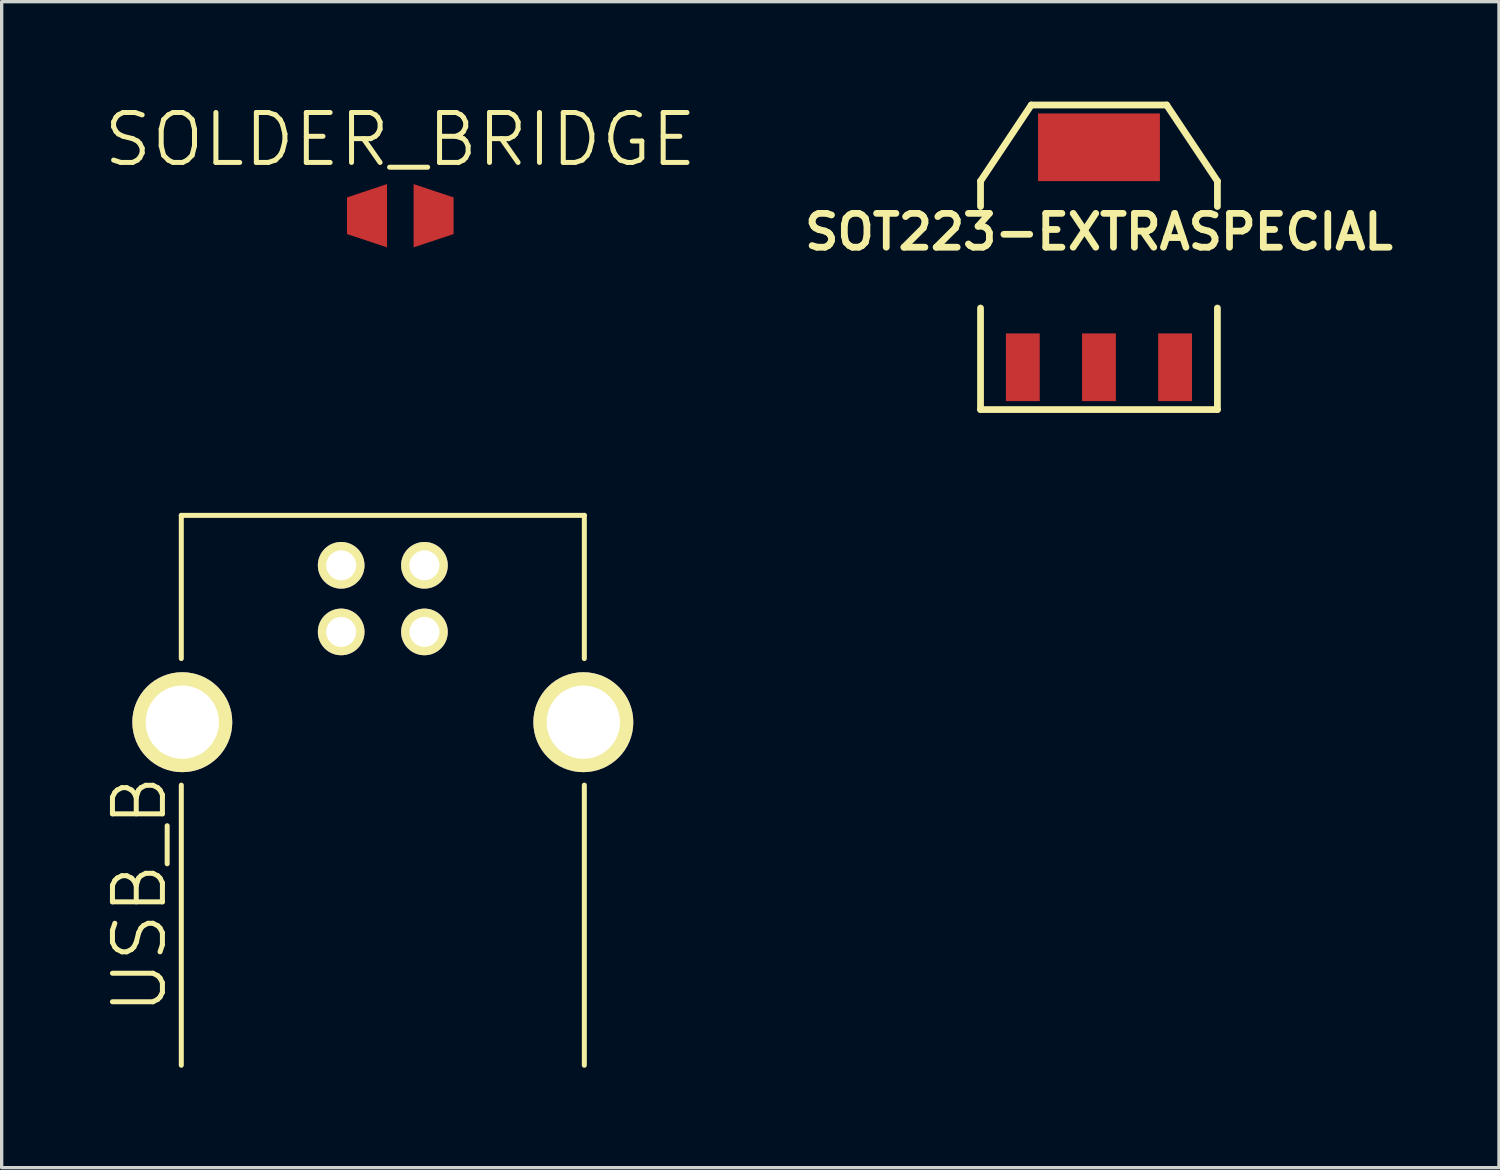
<source format=kicad_pcb>
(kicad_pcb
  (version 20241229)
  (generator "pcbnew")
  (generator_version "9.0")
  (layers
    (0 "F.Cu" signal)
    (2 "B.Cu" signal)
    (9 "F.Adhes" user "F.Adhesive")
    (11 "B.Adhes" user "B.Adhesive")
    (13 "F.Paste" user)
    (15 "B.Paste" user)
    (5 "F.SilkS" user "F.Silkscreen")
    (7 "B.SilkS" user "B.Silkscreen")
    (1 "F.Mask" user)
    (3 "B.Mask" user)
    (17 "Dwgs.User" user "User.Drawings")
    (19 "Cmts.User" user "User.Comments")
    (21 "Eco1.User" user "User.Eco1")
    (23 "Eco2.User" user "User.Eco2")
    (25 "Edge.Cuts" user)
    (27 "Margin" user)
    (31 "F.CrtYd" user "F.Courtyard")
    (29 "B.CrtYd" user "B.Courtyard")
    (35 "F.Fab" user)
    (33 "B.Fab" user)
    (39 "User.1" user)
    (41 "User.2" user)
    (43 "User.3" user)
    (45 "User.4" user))
  (footprint "USB_B"
    (layer "F.Cu")
    (at 8.443 14.922)
    (property "Reference" "USB_B" (at -7.303 8.89 90) (layer "F.SilkS") (effects (font (size 1.5 1.5) (thickness 0.15))))
    (attr through_hole)
    (fp_line (start -6.05 -2.5) (end -6.05 1.8) (stroke (width 0.15) (type solid)) (layer "F.SilkS"))
    (fp_line (start -6.05 -2.5) (end 6.05 -2.5) (stroke (width 0.15) (type solid)) (layer "F.SilkS"))
    (fp_line (start -6.05 5.6) (end -6.05 14.01) (stroke (width 0.15) (type solid)) (layer "F.SilkS"))
    (fp_line (start 6.05 -2.5) (end 6.05 1.8) (stroke (width 0.15) (type solid)) (layer "F.SilkS"))
    (fp_line (start 6.05 5.6) (end 6.05 14.01) (stroke (width 0.15) (type solid)) (layer "F.SilkS"))
    (pad "0" thru_hole circle (at -6.02 3.71) (size 3 3) (drill 2.2) (layers "*.Cu" "*.Mask" "F.SilkS"))
    (pad "0" thru_hole circle (at 6.02 3.71) (size 3 3) (drill 2.2) (layers "*.Cu" "*.Mask" "F.SilkS"))
    (pad "1" thru_hole circle (at 1.25 -1) (size 1.4 1.4) (drill 0.9) (layers "*.Cu" "*.Mask" "F.SilkS"))
    (pad "2" thru_hole circle (at -1.25 -1) (size 1.4 1.4) (drill 0.9) (layers "*.Cu" "*.Mask" "F.SilkS"))
    (pad "3" thru_hole circle (at -1.25 1) (size 1.4 1.4) (drill 0.9) (layers "*.Cu" "*.Mask" "F.SilkS"))
    (pad "4" thru_hole circle (at 1.25 1) (size 1.4 1.4) (drill 0.9) (layers "*.Cu" "*.Mask" "F.SilkS")))
  (footprint "SOT223-EXTRASPECIAL"
    (layer "F.Cu")
    (at 29.944 4.674)
    (property "Reference" "SOT223-EXTRASPECIAL" (at 0 -0.762 0) (layer "F.SilkS") (effects (font (size 1.016 1.016) (thickness 0.203))))
    (attr smd)
    (fp_line (start -3.556 -2.286) (end -2.032 -4.572) (stroke (width 0.203) (type solid)) (layer "F.SilkS"))
    (fp_line (start -3.556 -1.524) (end -3.556 -2.286) (stroke (width 0.203) (type solid)) (layer "F.SilkS"))
    (fp_line (start -3.556 1.524) (end -3.556 4.572) (stroke (width 0.203) (type solid)) (layer "F.SilkS"))
    (fp_line (start -3.556 4.572) (end 3.556 4.572) (stroke (width 0.203) (type solid)) (layer "F.SilkS"))
    (fp_line (start -2.032 -4.572) (end 2.032 -4.572) (stroke (width 0.203) (type solid)) (layer "F.SilkS"))
    (fp_line (start 2.032 -4.572) (end 3.556 -2.286) (stroke (width 0.203) (type solid)) (layer "F.SilkS"))
    (fp_line (start 3.556 -2.286) (end 3.556 -1.524) (stroke (width 0.203) (type solid)) (layer "F.SilkS"))
    (fp_line (start 3.556 4.572) (end 3.556 1.524) (stroke (width 0.203) (type solid)) (layer "F.SilkS"))
    (pad "1" smd rect (at 2.286 3.302) (size 1.016 2.032) (layers "F.Cu" "F.Mask" "F.Paste"))
    (pad "2" smd rect (at -2.286 3.302) (size 1.016 2.032) (layers "F.Cu" "F.Mask" "F.Paste"))
    (pad "3" smd rect (at 0 -3.302) (size 3.658 2.032) (layers "F.Cu" "F.Mask" "F.Paste"))
    (pad "3" smd rect (at 0 3.302) (size 1.016 2.032) (layers "F.Cu" "F.Mask" "F.Paste")))
  (footprint "SOLDER_BRIDGE"
    (layer "F.Cu")
    (at 8.968 3.427)
    (property "Reference" "SOLDER_BRIDGE" (at 0 -2.286 0) (layer "F.SilkS") (effects (font (size 1.5 1.5) (thickness 0.15))))
    (attr through_hole)
    (pad "1" smd trapezoid (at -1 0) (size 1.2 1.5) (rect_delta -0.4 0) (layers "F.Cu" "F.Mask" "F.Paste"))
    (pad "2" smd trapezoid (at 1 0) (size 1.2 1.5) (rect_delta 0.4 0) (layers "F.Cu" "F.Mask" "F.Paste")))
  (gr_rect
    (start -3 -3)
    (end 41.953 32.007)
    (stroke (width 0.1) (type default))
    (fill no)
    (layer "Edge.Cuts")))
</source>
